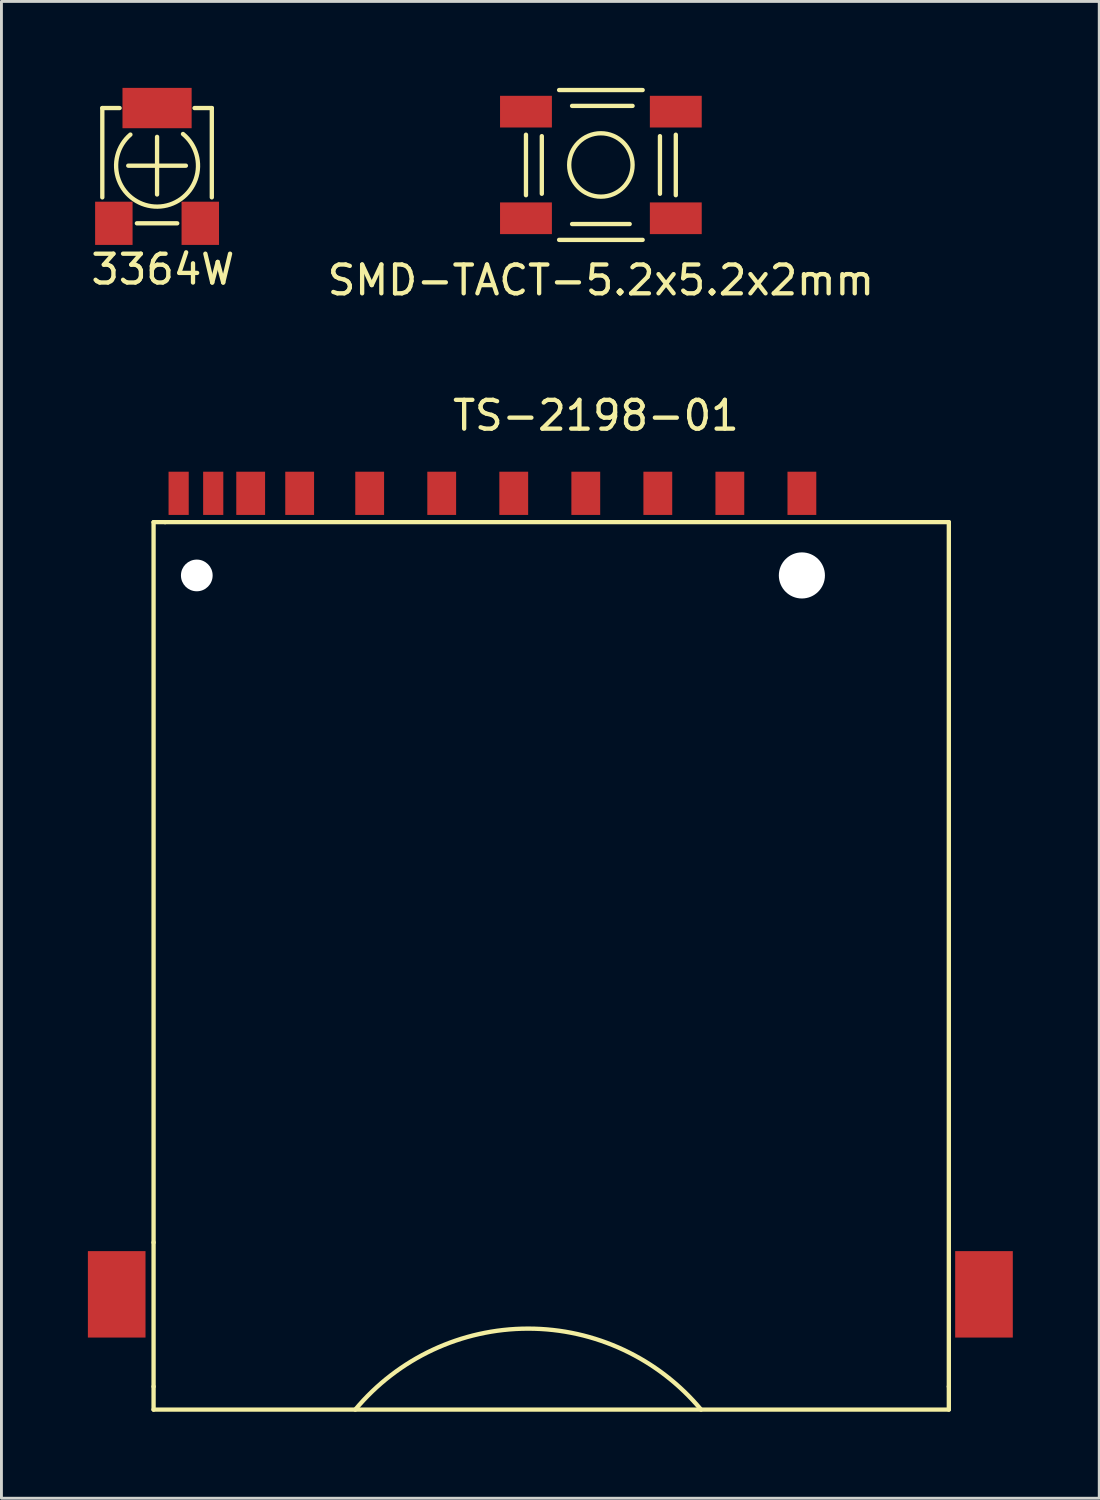
<source format=kicad_pcb>
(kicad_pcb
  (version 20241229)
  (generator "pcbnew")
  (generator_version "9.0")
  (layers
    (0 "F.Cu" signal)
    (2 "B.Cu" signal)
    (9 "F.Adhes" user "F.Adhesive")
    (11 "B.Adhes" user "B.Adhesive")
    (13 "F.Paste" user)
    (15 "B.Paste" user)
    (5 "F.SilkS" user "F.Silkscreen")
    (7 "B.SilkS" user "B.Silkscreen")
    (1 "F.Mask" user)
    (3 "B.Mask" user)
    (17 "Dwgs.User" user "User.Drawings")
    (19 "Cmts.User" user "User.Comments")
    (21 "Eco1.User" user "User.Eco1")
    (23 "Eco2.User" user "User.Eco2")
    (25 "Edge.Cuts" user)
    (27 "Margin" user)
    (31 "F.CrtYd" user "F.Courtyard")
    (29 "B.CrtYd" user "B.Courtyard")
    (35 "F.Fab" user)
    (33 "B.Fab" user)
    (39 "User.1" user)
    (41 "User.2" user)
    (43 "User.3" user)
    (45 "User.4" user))
  (footprint "SMD-TACT-5.2x5.2x2mm"
    (layer "F.Cu")
    (at 17.804 2.675)
    (property "Reference" "SMD-TACT-5.2x5.2x2mm" (at 0 4 0) (layer "F.SilkS") (effects (font (size 1 1) (thickness 0.15))))
    (attr through_hole)
    (fp_line (start -2.6 1.05) (end -2.6 -1.05) (stroke (width 0.15) (type solid)) (layer "F.SilkS"))
    (fp_line (start -2.05 -1) (end -2.05 1) (stroke (width 0.15) (type solid)) (layer "F.SilkS"))
    (fp_line (start -1.45 -2.6) (end 1.45 -2.6) (stroke (width 0.15) (type solid)) (layer "F.SilkS"))
    (fp_line (start -1.45 2.6) (end 1.45 2.6) (stroke (width 0.15) (type solid)) (layer "F.SilkS"))
    (fp_line (start -1 -2.05) (end 1.1 -2.05) (stroke (width 0.15) (type solid)) (layer "F.SilkS"))
    (fp_line (start -1 2.05) (end 1 2.05) (stroke (width 0.15) (type solid)) (layer "F.SilkS"))
    (fp_line (start 2.05 1) (end 2.05 -1) (stroke (width 0.15) (type solid)) (layer "F.SilkS"))
    (fp_line (start 2.6 -1.05) (end 2.6 1.05) (stroke (width 0.15) (type solid)) (layer "F.SilkS"))
    (fp_circle (center 0 0) (end 0 -1.1) (stroke (width 0.15) (type solid)) (fill no) (layer "F.SilkS"))
    (pad "1" smd rect (at -2.6 -1.85) (size 1.8 1.1) (layers "F.Cu" "F.Mask" "F.Paste"))
    (pad "1" smd rect (at 2.6 -1.85) (size 1.8 1.1) (layers "F.Cu" "F.Mask" "F.Paste"))
    (pad "2" smd rect (at -2.6 1.85) (size 1.8 1.1) (layers "F.Cu" "F.Mask" "F.Paste"))
    (pad "2" smd rect (at 2.6 1.85) (size 1.8 1.1) (layers "F.Cu" "F.Mask" "F.Paste")))
  (footprint "3364W"
    (layer "F.Cu")
    (at 2.401 2.7)
    (property "Reference" "3364W" (at 0.2 3.6 0) (layer "F.SilkS") (effects (font (size 1 1) (thickness 0.15))))
    (attr through_hole)
    (fp_line (start -1.9 -2) (end -1.3 -2) (stroke (width 0.15) (type solid)) (layer "F.SilkS"))
    (fp_line (start -1.9 1.1) (end -1.9 -2) (stroke (width 0.15) (type solid)) (layer "F.SilkS"))
    (fp_line (start 0 1) (end 0 -1) (stroke (width 0.15) (type solid)) (layer "F.SilkS"))
    (fp_line (start 0.7 2) (end -0.7 2) (stroke (width 0.15) (type solid)) (layer "F.SilkS"))
    (fp_line (start 1 0) (end -1 0) (stroke (width 0.15) (type solid)) (layer "F.SilkS"))
    (fp_line (start 1.3 -2) (end 1.9 -2) (stroke (width 0.15) (type solid)) (layer "F.SilkS"))
    (fp_line (start 1.9 -2) (end 1.9 1.1) (stroke (width 0.15) (type solid)) (layer "F.SilkS"))
    (fp_arc (start 0.9 -1.1) (mid 0.01627 1.421174) (end -0.924947 -1.079108) (stroke (width 0.15) (type solid)) (layer "F.SilkS"))
    (pad "1" smd rect (at -1.5 2) (size 1.3 1.5) (layers "F.Cu" "F.Mask" "F.Paste"))
    (pad "2" smd rect (at 0 -2) (size 2.4 1.4) (layers "F.Cu" "F.Mask" "F.Paste"))
    (pad "3" smd rect (at 1.5 2) (size 1.3 1.5) (layers "F.Cu" "F.Mask" "F.Paste")))
  (footprint "TS-2198-01"
    (layer "F.Cu")
    (at 15.28 14.871)
    (property "Reference" "TS-2198-01" (at 2.35 -3.5 0) (layer "F.SilkS") (effects (font (size 1 1) (thickness 0.15))))
    (attr through_hole)
    (fp_line (start -13 0.2) (end -12.6 0.2) (stroke (width 0.15) (type solid)) (layer "F.SilkS"))
    (fp_line (start -13 25.2) (end -13 0.2) (stroke (width 0.15) (type solid)) (layer "F.SilkS"))
    (fp_line (start -13 25.2) (end -13 30.2) (stroke (width 0.15) (type solid)) (layer "F.SilkS"))
    (fp_line (start -13 31) (end -13 30.2) (stroke (width 0.15) (type solid)) (layer "F.SilkS"))
    (fp_line (start 14.6 0.2) (end -12.6 0.2) (stroke (width 0.15) (type solid)) (layer "F.SilkS"))
    (fp_line (start 14.6 30.2) (end 14.6 0.2) (stroke (width 0.15) (type solid)) (layer "F.SilkS"))
    (fp_line (start 14.6 30.2) (end 14.6 31) (stroke (width 0.15) (type solid)) (layer "F.SilkS"))
    (fp_line (start 14.6 31) (end -13 31) (stroke (width 0.15) (type solid)) (layer "F.SilkS"))
    (fp_arc (start -6 31) (mid 0 28.18975) (end 6 31) (stroke (width 0.15) (type solid)) (layer "F.SilkS"))
    (pad "" np_thru_hole circle (at -11.5 2.05) (size 1.1 1.1) (drill 1.1) (layers "*.Cu" "*.Mask"))
    (pad "" np_thru_hole circle (at 9.5 2.05) (size 1.6 1.6) (drill 1.6) (layers "*.Cu" "*.Mask"))
    (pad "1" smd rect (at 7 -0.8) (size 1 1.5) (layers "F.Cu" "F.Mask" "F.Paste"))
    (pad "2" smd rect (at 4.5 -0.8) (size 1 1.5) (layers "F.Cu" "F.Mask" "F.Paste"))
    (pad "3" smd rect (at 2 -0.8) (size 1 1.5) (layers "F.Cu" "F.Mask" "F.Paste"))
    (pad "4" smd rect (at -0.5 -0.8) (size 1 1.5) (layers "F.Cu" "F.Mask" "F.Paste"))
    (pad "5" smd rect (at -3 -0.8) (size 1 1.5) (layers "F.Cu" "F.Mask" "F.Paste"))
    (pad "6" smd rect (at -5.5 -0.8) (size 1 1.5) (layers "F.Cu" "F.Mask" "F.Paste"))
    (pad "7" smd rect (at -7.93 -0.8) (size 1 1.5) (layers "F.Cu" "F.Mask" "F.Paste"))
    (pad "8" smd rect (at -9.63 -0.8) (size 1 1.5) (layers "F.Cu" "F.Mask" "F.Paste"))
    (pad "9" smd rect (at 9.5 -0.8) (size 1 1.5) (layers "F.Cu" "F.Mask" "F.Paste"))
    (pad "10" smd rect (at -10.93 -0.8) (size 0.7 1.5) (layers "F.Cu" "F.Mask" "F.Paste"))
    (pad "11" smd rect (at -12.13 -0.8) (size 0.7 1.5) (layers "F.Cu" "F.Mask" "F.Paste"))
    (pad "12" smd rect (at -14.28 27) (size 2 3) (layers "F.Cu" "F.Mask" "F.Paste"))
    (pad "13" smd rect (at 15.82 27) (size 2 3) (layers "F.Cu" "F.Mask" "F.Paste")))
  (gr_rect
    (start -3 -3)
    (end 35.1 48.947)
    (stroke (width 0.1) (type default))
    (fill no)
    (layer "Edge.Cuts")))
</source>
